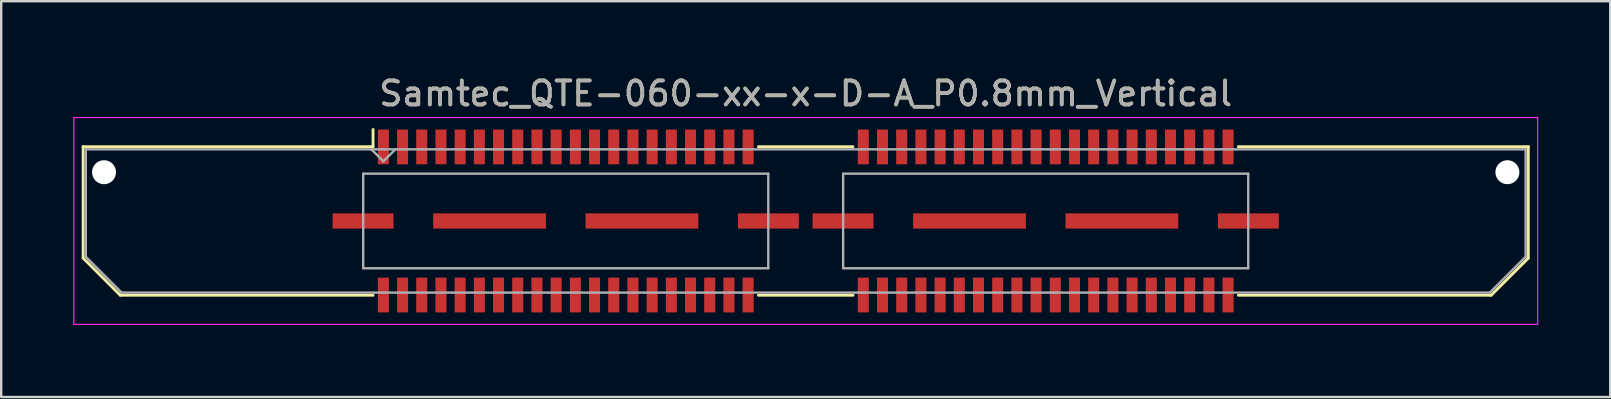
<source format=kicad_pcb>
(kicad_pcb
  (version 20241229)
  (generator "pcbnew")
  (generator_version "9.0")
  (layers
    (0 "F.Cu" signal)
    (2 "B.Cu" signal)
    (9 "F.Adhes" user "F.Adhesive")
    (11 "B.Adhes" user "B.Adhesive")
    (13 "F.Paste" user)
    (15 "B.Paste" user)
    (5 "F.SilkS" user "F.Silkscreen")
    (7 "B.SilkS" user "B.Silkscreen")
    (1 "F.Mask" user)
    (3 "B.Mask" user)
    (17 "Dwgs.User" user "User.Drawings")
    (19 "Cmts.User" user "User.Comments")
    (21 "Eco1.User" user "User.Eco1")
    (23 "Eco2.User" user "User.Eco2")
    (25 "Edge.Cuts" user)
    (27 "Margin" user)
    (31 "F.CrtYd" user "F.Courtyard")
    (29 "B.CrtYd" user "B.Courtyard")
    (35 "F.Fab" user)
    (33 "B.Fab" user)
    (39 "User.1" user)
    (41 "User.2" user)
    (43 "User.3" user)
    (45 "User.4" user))
  (footprint "Samtec_QTE-060-xx-x-D-A_P0.8mm_Vertical"
    (layer "F.Cu")
    (at 30.525 6.158)
    (property "Reference" "Samtec_QTE-060-xx-x-D-A_P0.8mm_Vertical" (at 0 -5.31 0) (layer "F.SilkS") (effects (font (size 1 1) (thickness 0.15))))
    (attr smd)
    (fp_line (start -30.11 -3.095) (end -30.11 1.548) (stroke (width 0.12) (type solid)) (layer "F.SilkS"))
    (fp_line (start -30.11 1.548) (end -28.562 3.095) (stroke (width 0.12) (type solid)) (layer "F.SilkS"))
    (fp_line (start -28.562 3.095) (end -18.03 3.095) (stroke (width 0.12) (type solid)) (layer "F.SilkS"))
    (fp_line (start -18.03 -3.811) (end -18.03 -3.095) (stroke (width 0.12) (type solid)) (layer "F.SilkS"))
    (fp_line (start -18.03 -3.095) (end -30.11 -3.095) (stroke (width 0.12) (type solid)) (layer "F.SilkS"))
    (fp_line (start -1.97 -3.095) (end 1.97 -3.095) (stroke (width 0.12) (type solid)) (layer "F.SilkS"))
    (fp_line (start -1.97 3.095) (end 1.97 3.095) (stroke (width 0.12) (type solid)) (layer "F.SilkS"))
    (fp_line (start 18.03 -3.095) (end 30.11 -3.095) (stroke (width 0.12) (type solid)) (layer "F.SilkS"))
    (fp_line (start 28.562 3.095) (end 18.03 3.095) (stroke (width 0.12) (type solid)) (layer "F.SilkS"))
    (fp_line (start 30.11 -3.095) (end 30.11 1.548) (stroke (width 0.12) (type solid)) (layer "F.SilkS"))
    (fp_line (start 30.11 1.548) (end 28.562 3.095) (stroke (width 0.12) (type solid)) (layer "F.SilkS"))
    (fp_line (start -30.5 -4.31) (end -30.5 4.31) (stroke (width 0.05) (type solid)) (layer "F.CrtYd"))
    (fp_line (start -30.5 4.31) (end 30.5 4.31) (stroke (width 0.05) (type solid)) (layer "F.CrtYd"))
    (fp_line (start 30.5 -4.31) (end -30.5 -4.31) (stroke (width 0.05) (type solid)) (layer "F.CrtYd"))
    (fp_line (start 30.5 4.31) (end 30.5 -4.31) (stroke (width 0.05) (type solid)) (layer "F.CrtYd"))
    (fp_line (start -30 -2.985) (end -30 1.492) (stroke (width 0.1) (type solid)) (layer "F.Fab"))
    (fp_line (start -30 -2.985) (end 30 -2.985) (stroke (width 0.1) (type solid)) (layer "F.Fab"))
    (fp_line (start -30 1.492) (end -28.508 2.985) (stroke (width 0.1) (type solid)) (layer "F.Fab"))
    (fp_line (start -28.508 2.985) (end 28.508 2.985) (stroke (width 0.1) (type solid)) (layer "F.Fab"))
    (fp_line (start -18.44 -1.97) (end -18.44 1.97) (stroke (width 0.1) (type solid)) (layer "F.Fab"))
    (fp_line (start -18.44 1.97) (end -1.56 1.97) (stroke (width 0.1) (type solid)) (layer "F.Fab"))
    (fp_line (start -17.6 -2.485) (end -18.1 -2.985) (stroke (width 0.1) (type solid)) (layer "F.Fab"))
    (fp_line (start -17.1 -2.985) (end -17.6 -2.485) (stroke (width 0.1) (type solid)) (layer "F.Fab"))
    (fp_line (start -1.56 -1.97) (end -18.44 -1.97) (stroke (width 0.1) (type solid)) (layer "F.Fab"))
    (fp_line (start -1.56 1.97) (end -1.56 -1.97) (stroke (width 0.1) (type solid)) (layer "F.Fab"))
    (fp_line (start 1.56 -1.97) (end 1.56 1.97) (stroke (width 0.1) (type solid)) (layer "F.Fab"))
    (fp_line (start 1.56 1.97) (end 18.44 1.97) (stroke (width 0.1) (type solid)) (layer "F.Fab"))
    (fp_line (start 18.44 -1.97) (end 1.56 -1.97) (stroke (width 0.1) (type solid)) (layer "F.Fab"))
    (fp_line (start 18.44 1.97) (end 18.44 -1.97) (stroke (width 0.1) (type solid)) (layer "F.Fab"))
    (fp_line (start 30 -2.985) (end 30 1.492) (stroke (width 0.1) (type solid)) (layer "F.Fab"))
    (fp_line (start 30 1.492) (end 28.508 2.985) (stroke (width 0.1) (type solid)) (layer "F.Fab"))
    (fp_text user "${REFERENCE}" (at 0 -5.31 0) (layer "F.Fab") (effects (font (size 1 1) (thickness 0.15))))
    (pad "" np_thru_hole circle (at -29.24 -2.032) (size 1 1) (drill 1) (layers "*.Cu" "*.Mask"))
    (pad "" np_thru_hole circle (at 29.24 -2.032) (size 1 1) (drill 1) (layers "*.Cu" "*.Mask"))
    (pad "1" smd rect (at -17.6 -3.086) (size 0.46 1.45) (layers "F.Cu" "F.Mask" "F.Paste"))
    (pad "2" smd rect (at -17.6 3.086) (size 0.46 1.45) (layers "F.Cu" "F.Mask" "F.Paste"))
    (pad "3" smd rect (at -16.8 -3.086) (size 0.46 1.45) (layers "F.Cu" "F.Mask" "F.Paste"))
    (pad "4" smd rect (at -16.8 3.086) (size 0.46 1.45) (layers "F.Cu" "F.Mask" "F.Paste"))
    (pad "5" smd rect (at -16 -3.086) (size 0.46 1.45) (layers "F.Cu" "F.Mask" "F.Paste"))
    (pad "6" smd rect (at -16 3.086) (size 0.46 1.45) (layers "F.Cu" "F.Mask" "F.Paste"))
    (pad "7" smd rect (at -15.2 -3.086) (size 0.46 1.45) (layers "F.Cu" "F.Mask" "F.Paste"))
    (pad "8" smd rect (at -15.2 3.086) (size 0.46 1.45) (layers "F.Cu" "F.Mask" "F.Paste"))
    (pad "9" smd rect (at -14.4 -3.086) (size 0.46 1.45) (layers "F.Cu" "F.Mask" "F.Paste"))
    (pad "10" smd rect (at -14.4 3.086) (size 0.46 1.45) (layers "F.Cu" "F.Mask" "F.Paste"))
    (pad "11" smd rect (at -13.6 -3.086) (size 0.46 1.45) (layers "F.Cu" "F.Mask" "F.Paste"))
    (pad "12" smd rect (at -13.6 3.086) (size 0.46 1.45) (layers "F.Cu" "F.Mask" "F.Paste"))
    (pad "13" smd rect (at -12.8 -3.086) (size 0.46 1.45) (layers "F.Cu" "F.Mask" "F.Paste"))
    (pad "14" smd rect (at -12.8 3.086) (size 0.46 1.45) (layers "F.Cu" "F.Mask" "F.Paste"))
    (pad "15" smd rect (at -12 -3.086) (size 0.46 1.45) (layers "F.Cu" "F.Mask" "F.Paste"))
    (pad "16" smd rect (at -12 3.086) (size 0.46 1.45) (layers "F.Cu" "F.Mask" "F.Paste"))
    (pad "17" smd rect (at -11.2 -3.086) (size 0.46 1.45) (layers "F.Cu" "F.Mask" "F.Paste"))
    (pad "18" smd rect (at -11.2 3.086) (size 0.46 1.45) (layers "F.Cu" "F.Mask" "F.Paste"))
    (pad "19" smd rect (at -10.4 -3.086) (size 0.46 1.45) (layers "F.Cu" "F.Mask" "F.Paste"))
    (pad "20" smd rect (at -10.4 3.086) (size 0.46 1.45) (layers "F.Cu" "F.Mask" "F.Paste"))
    (pad "21" smd rect (at -9.6 -3.086) (size 0.46 1.45) (layers "F.Cu" "F.Mask" "F.Paste"))
    (pad "22" smd rect (at -9.6 3.086) (size 0.46 1.45) (layers "F.Cu" "F.Mask" "F.Paste"))
    (pad "23" smd rect (at -8.8 -3.086) (size 0.46 1.45) (layers "F.Cu" "F.Mask" "F.Paste"))
    (pad "24" smd rect (at -8.8 3.086) (size 0.46 1.45) (layers "F.Cu" "F.Mask" "F.Paste"))
    (pad "25" smd rect (at -8 -3.086) (size 0.46 1.45) (layers "F.Cu" "F.Mask" "F.Paste"))
    (pad "26" smd rect (at -8 3.086) (size 0.46 1.45) (layers "F.Cu" "F.Mask" "F.Paste"))
    (pad "27" smd rect (at -7.2 -3.086) (size 0.46 1.45) (layers "F.Cu" "F.Mask" "F.Paste"))
    (pad "28" smd rect (at -7.2 3.086) (size 0.46 1.45) (layers "F.Cu" "F.Mask" "F.Paste"))
    (pad "29" smd rect (at -6.4 -3.086) (size 0.46 1.45) (layers "F.Cu" "F.Mask" "F.Paste"))
    (pad "30" smd rect (at -6.4 3.086) (size 0.46 1.45) (layers "F.Cu" "F.Mask" "F.Paste"))
    (pad "31" smd rect (at -5.6 -3.086) (size 0.46 1.45) (layers "F.Cu" "F.Mask" "F.Paste"))
    (pad "32" smd rect (at -5.6 3.086) (size 0.46 1.45) (layers "F.Cu" "F.Mask" "F.Paste"))
    (pad "33" smd rect (at -4.8 -3.086) (size 0.46 1.45) (layers "F.Cu" "F.Mask" "F.Paste"))
    (pad "34" smd rect (at -4.8 3.086) (size 0.46 1.45) (layers "F.Cu" "F.Mask" "F.Paste"))
    (pad "35" smd rect (at -4 -3.086) (size 0.46 1.45) (layers "F.Cu" "F.Mask" "F.Paste"))
    (pad "36" smd rect (at -4 3.086) (size 0.46 1.45) (layers "F.Cu" "F.Mask" "F.Paste"))
    (pad "37" smd rect (at -3.2 -3.086) (size 0.46 1.45) (layers "F.Cu" "F.Mask" "F.Paste"))
    (pad "38" smd rect (at -3.2 3.086) (size 0.46 1.45) (layers "F.Cu" "F.Mask" "F.Paste"))
    (pad "39" smd rect (at -2.4 -3.086) (size 0.46 1.45) (layers "F.Cu" "F.Mask" "F.Paste"))
    (pad "40" smd rect (at -2.4 3.086) (size 0.46 1.45) (layers "F.Cu" "F.Mask" "F.Paste"))
    (pad "41" smd rect (at 2.4 -3.086) (size 0.46 1.45) (layers "F.Cu" "F.Mask" "F.Paste"))
    (pad "42" smd rect (at 2.4 3.086) (size 0.46 1.45) (layers "F.Cu" "F.Mask" "F.Paste"))
    (pad "43" smd rect (at 3.2 -3.086) (size 0.46 1.45) (layers "F.Cu" "F.Mask" "F.Paste"))
    (pad "44" smd rect (at 3.2 3.086) (size 0.46 1.45) (layers "F.Cu" "F.Mask" "F.Paste"))
    (pad "45" smd rect (at 4 -3.086) (size 0.46 1.45) (layers "F.Cu" "F.Mask" "F.Paste"))
    (pad "46" smd rect (at 4 3.086) (size 0.46 1.45) (layers "F.Cu" "F.Mask" "F.Paste"))
    (pad "47" smd rect (at 4.8 -3.086) (size 0.46 1.45) (layers "F.Cu" "F.Mask" "F.Paste"))
    (pad "48" smd rect (at 4.8 3.086) (size 0.46 1.45) (layers "F.Cu" "F.Mask" "F.Paste"))
    (pad "49" smd rect (at 5.6 -3.086) (size 0.46 1.45) (layers "F.Cu" "F.Mask" "F.Paste"))
    (pad "50" smd rect (at 5.6 3.086) (size 0.46 1.45) (layers "F.Cu" "F.Mask" "F.Paste"))
    (pad "51" smd rect (at 6.4 -3.086) (size 0.46 1.45) (layers "F.Cu" "F.Mask" "F.Paste"))
    (pad "52" smd rect (at 6.4 3.086) (size 0.46 1.45) (layers "F.Cu" "F.Mask" "F.Paste"))
    (pad "53" smd rect (at 7.2 -3.086) (size 0.46 1.45) (layers "F.Cu" "F.Mask" "F.Paste"))
    (pad "54" smd rect (at 7.2 3.086) (size 0.46 1.45) (layers "F.Cu" "F.Mask" "F.Paste"))
    (pad "55" smd rect (at 8 -3.086) (size 0.46 1.45) (layers "F.Cu" "F.Mask" "F.Paste"))
    (pad "56" smd rect (at 8 3.086) (size 0.46 1.45) (layers "F.Cu" "F.Mask" "F.Paste"))
    (pad "57" smd rect (at 8.8 -3.086) (size 0.46 1.45) (layers "F.Cu" "F.Mask" "F.Paste"))
    (pad "58" smd rect (at 8.8 3.086) (size 0.46 1.45) (layers "F.Cu" "F.Mask" "F.Paste"))
    (pad "59" smd rect (at 9.6 -3.086) (size 0.46 1.45) (layers "F.Cu" "F.Mask" "F.Paste"))
    (pad "60" smd rect (at 9.6 3.086) (size 0.46 1.45) (layers "F.Cu" "F.Mask" "F.Paste"))
    (pad "61" smd rect (at 10.4 -3.086) (size 0.46 1.45) (layers "F.Cu" "F.Mask" "F.Paste"))
    (pad "62" smd rect (at 10.4 3.086) (size 0.46 1.45) (layers "F.Cu" "F.Mask" "F.Paste"))
    (pad "63" smd rect (at 11.2 -3.086) (size 0.46 1.45) (layers "F.Cu" "F.Mask" "F.Paste"))
    (pad "64" smd rect (at 11.2 3.086) (size 0.46 1.45) (layers "F.Cu" "F.Mask" "F.Paste"))
    (pad "65" smd rect (at 12 -3.086) (size 0.46 1.45) (layers "F.Cu" "F.Mask" "F.Paste"))
    (pad "66" smd rect (at 12 3.086) (size 0.46 1.45) (layers "F.Cu" "F.Mask" "F.Paste"))
    (pad "67" smd rect (at 12.8 -3.086) (size 0.46 1.45) (layers "F.Cu" "F.Mask" "F.Paste"))
    (pad "68" smd rect (at 12.8 3.086) (size 0.46 1.45) (layers "F.Cu" "F.Mask" "F.Paste"))
    (pad "69" smd rect (at 13.6 -3.086) (size 0.46 1.45) (layers "F.Cu" "F.Mask" "F.Paste"))
    (pad "70" smd rect (at 13.6 3.086) (size 0.46 1.45) (layers "F.Cu" "F.Mask" "F.Paste"))
    (pad "71" smd rect (at 14.4 -3.086) (size 0.46 1.45) (layers "F.Cu" "F.Mask" "F.Paste"))
    (pad "72" smd rect (at 14.4 3.086) (size 0.46 1.45) (layers "F.Cu" "F.Mask" "F.Paste"))
    (pad "73" smd rect (at 15.2 -3.086) (size 0.46 1.45) (layers "F.Cu" "F.Mask" "F.Paste"))
    (pad "74" smd rect (at 15.2 3.086) (size 0.46 1.45) (layers "F.Cu" "F.Mask" "F.Paste"))
    (pad "75" smd rect (at 16 -3.086) (size 0.46 1.45) (layers "F.Cu" "F.Mask" "F.Paste"))
    (pad "76" smd rect (at 16 3.086) (size 0.46 1.45) (layers "F.Cu" "F.Mask" "F.Paste"))
    (pad "77" smd rect (at 16.8 -3.086) (size 0.46 1.45) (layers "F.Cu" "F.Mask" "F.Paste"))
    (pad "78" smd rect (at 16.8 3.086) (size 0.46 1.45) (layers "F.Cu" "F.Mask" "F.Paste"))
    (pad "79" smd rect (at 17.6 -3.086) (size 0.46 1.45) (layers "F.Cu" "F.Mask" "F.Paste"))
    (pad "80" smd rect (at 17.6 3.086) (size 0.46 1.45) (layers "F.Cu" "F.Mask" "F.Paste"))
    (pad "P1" smd rect (at -18.445 0) (size 2.54 0.635) (layers "F.Cu" "F.Mask" "F.Paste"))
    (pad "P1" smd rect (at -13.175 0) (size 4.7 0.635) (layers "F.Cu" "F.Mask" "F.Paste"))
    (pad "P1" smd rect (at -6.825 0) (size 4.7 0.635) (layers "F.Cu" "F.Mask" "F.Paste"))
    (pad "P1" smd rect (at -1.555 0) (size 2.54 0.635) (layers "F.Cu" "F.Mask" "F.Paste"))
    (pad "P2" smd rect (at 1.555 0) (size 2.54 0.635) (layers "F.Cu" "F.Mask" "F.Paste"))
    (pad "P2" smd rect (at 6.825 0) (size 4.7 0.635) (layers "F.Cu" "F.Mask" "F.Paste"))
    (pad "P2" smd rect (at 13.175 0) (size 4.7 0.635) (layers "F.Cu" "F.Mask" "F.Paste"))
    (pad "P2" smd rect (at 18.445 0) (size 2.54 0.635) (layers "F.Cu" "F.Mask" "F.Paste")))
  (gr_rect
    (start -3 -3)
    (end 64.05 13.493)
    (stroke (width 0.1) (type default))
    (fill no)
    (layer "Edge.Cuts")))
</source>
